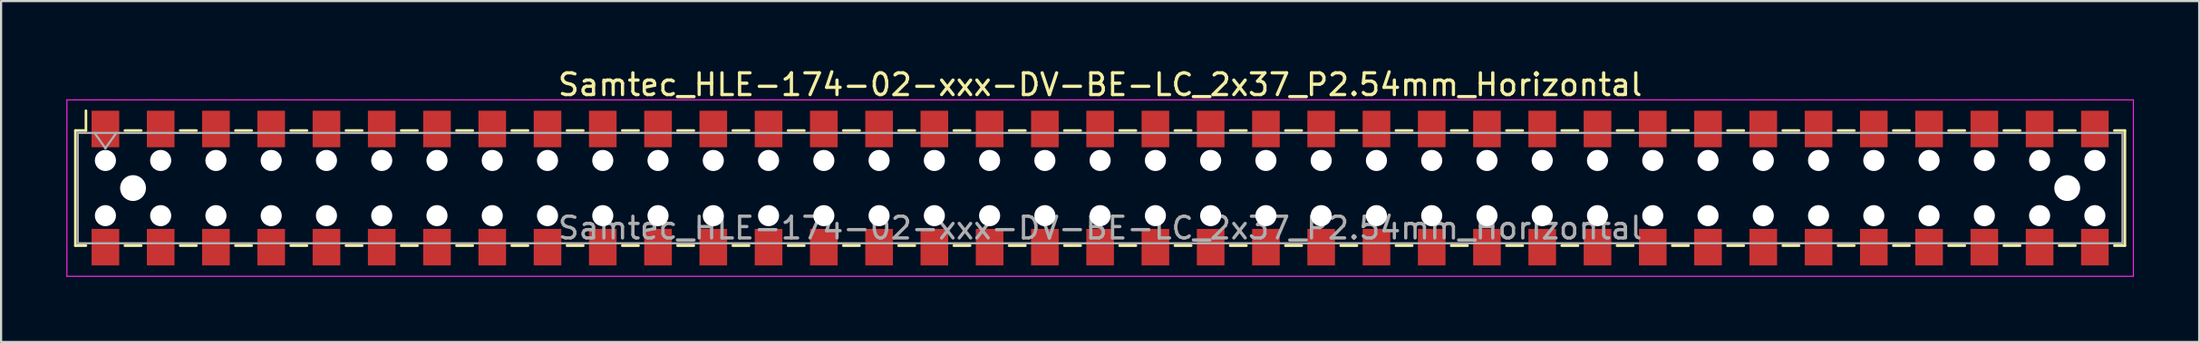
<source format=kicad_pcb>
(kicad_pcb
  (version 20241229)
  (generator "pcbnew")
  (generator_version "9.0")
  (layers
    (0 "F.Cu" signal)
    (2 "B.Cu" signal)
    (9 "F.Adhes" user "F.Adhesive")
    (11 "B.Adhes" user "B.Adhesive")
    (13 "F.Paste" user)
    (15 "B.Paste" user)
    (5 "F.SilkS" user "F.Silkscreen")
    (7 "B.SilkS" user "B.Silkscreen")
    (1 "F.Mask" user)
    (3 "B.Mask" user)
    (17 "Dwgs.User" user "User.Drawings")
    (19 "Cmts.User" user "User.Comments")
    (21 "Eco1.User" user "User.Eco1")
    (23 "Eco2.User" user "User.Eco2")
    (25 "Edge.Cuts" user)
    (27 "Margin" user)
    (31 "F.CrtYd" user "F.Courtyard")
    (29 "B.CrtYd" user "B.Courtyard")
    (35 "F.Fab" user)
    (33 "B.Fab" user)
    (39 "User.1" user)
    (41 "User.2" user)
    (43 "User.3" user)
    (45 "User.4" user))
  (footprint "Samtec_HLE-174-02-xxx-DV-BE-LC_2x37_P2.54mm_Horizontal"
    (layer "F.Cu")
    (at 47.515 5.608)
    (property "Reference" "Samtec_HLE-174-02-xxx-DV-BE-LC_2x37_P2.54mm_Horizontal" (at 0 -4.76 0) (layer "F.SilkS") (effects (font (size 1 1) (thickness 0.15))))
    (attr smd)
    (fp_line (start -47.1 -2.65) (end -47.1 2.65) (stroke (width 0.12) (type solid)) (layer "F.SilkS"))
    (fp_line (start -47.1 2.65) (end -46.615 2.65) (stroke (width 0.12) (type solid)) (layer "F.SilkS"))
    (fp_line (start -46.615 -3.56) (end -46.615 -2.65) (stroke (width 0.12) (type solid)) (layer "F.SilkS"))
    (fp_line (start -46.615 -2.65) (end -47.1 -2.65) (stroke (width 0.12) (type solid)) (layer "F.SilkS"))
    (fp_line (start -44.825 -2.65) (end -44.075 -2.65) (stroke (width 0.12) (type solid)) (layer "F.SilkS"))
    (fp_line (start -44.825 2.65) (end -44.075 2.65) (stroke (width 0.12) (type solid)) (layer "F.SilkS"))
    (fp_line (start -42.285 -2.65) (end -41.535 -2.65) (stroke (width 0.12) (type solid)) (layer "F.SilkS"))
    (fp_line (start -42.285 2.65) (end -41.535 2.65) (stroke (width 0.12) (type solid)) (layer "F.SilkS"))
    (fp_line (start -39.745 -2.65) (end -38.995 -2.65) (stroke (width 0.12) (type solid)) (layer "F.SilkS"))
    (fp_line (start -39.745 2.65) (end -38.995 2.65) (stroke (width 0.12) (type solid)) (layer "F.SilkS"))
    (fp_line (start -37.205 -2.65) (end -36.455 -2.65) (stroke (width 0.12) (type solid)) (layer "F.SilkS"))
    (fp_line (start -37.205 2.65) (end -36.455 2.65) (stroke (width 0.12) (type solid)) (layer "F.SilkS"))
    (fp_line (start -34.665 -2.65) (end -33.915 -2.65) (stroke (width 0.12) (type solid)) (layer "F.SilkS"))
    (fp_line (start -34.665 2.65) (end -33.915 2.65) (stroke (width 0.12) (type solid)) (layer "F.SilkS"))
    (fp_line (start -32.125 -2.65) (end -31.375 -2.65) (stroke (width 0.12) (type solid)) (layer "F.SilkS"))
    (fp_line (start -32.125 2.65) (end -31.375 2.65) (stroke (width 0.12) (type solid)) (layer "F.SilkS"))
    (fp_line (start -29.585 -2.65) (end -28.835 -2.65) (stroke (width 0.12) (type solid)) (layer "F.SilkS"))
    (fp_line (start -29.585 2.65) (end -28.835 2.65) (stroke (width 0.12) (type solid)) (layer "F.SilkS"))
    (fp_line (start -27.045 -2.65) (end -26.295 -2.65) (stroke (width 0.12) (type solid)) (layer "F.SilkS"))
    (fp_line (start -27.045 2.65) (end -26.295 2.65) (stroke (width 0.12) (type solid)) (layer "F.SilkS"))
    (fp_line (start -24.505 -2.65) (end -23.755 -2.65) (stroke (width 0.12) (type solid)) (layer "F.SilkS"))
    (fp_line (start -24.505 2.65) (end -23.755 2.65) (stroke (width 0.12) (type solid)) (layer "F.SilkS"))
    (fp_line (start -21.965 -2.65) (end -21.215 -2.65) (stroke (width 0.12) (type solid)) (layer "F.SilkS"))
    (fp_line (start -21.965 2.65) (end -21.215 2.65) (stroke (width 0.12) (type solid)) (layer "F.SilkS"))
    (fp_line (start -19.425 -2.65) (end -18.675 -2.65) (stroke (width 0.12) (type solid)) (layer "F.SilkS"))
    (fp_line (start -19.425 2.65) (end -18.675 2.65) (stroke (width 0.12) (type solid)) (layer "F.SilkS"))
    (fp_line (start -16.885 -2.65) (end -16.135 -2.65) (stroke (width 0.12) (type solid)) (layer "F.SilkS"))
    (fp_line (start -16.885 2.65) (end -16.135 2.65) (stroke (width 0.12) (type solid)) (layer "F.SilkS"))
    (fp_line (start -14.345 -2.65) (end -13.595 -2.65) (stroke (width 0.12) (type solid)) (layer "F.SilkS"))
    (fp_line (start -14.345 2.65) (end -13.595 2.65) (stroke (width 0.12) (type solid)) (layer "F.SilkS"))
    (fp_line (start -11.805 -2.65) (end -11.055 -2.65) (stroke (width 0.12) (type solid)) (layer "F.SilkS"))
    (fp_line (start -11.805 2.65) (end -11.055 2.65) (stroke (width 0.12) (type solid)) (layer "F.SilkS"))
    (fp_line (start -9.265 -2.65) (end -8.515 -2.65) (stroke (width 0.12) (type solid)) (layer "F.SilkS"))
    (fp_line (start -9.265 2.65) (end -8.515 2.65) (stroke (width 0.12) (type solid)) (layer "F.SilkS"))
    (fp_line (start -6.725 -2.65) (end -5.975 -2.65) (stroke (width 0.12) (type solid)) (layer "F.SilkS"))
    (fp_line (start -6.725 2.65) (end -5.975 2.65) (stroke (width 0.12) (type solid)) (layer "F.SilkS"))
    (fp_line (start -4.185 -2.65) (end -3.435 -2.65) (stroke (width 0.12) (type solid)) (layer "F.SilkS"))
    (fp_line (start -4.185 2.65) (end -3.435 2.65) (stroke (width 0.12) (type solid)) (layer "F.SilkS"))
    (fp_line (start -1.645 -2.65) (end -0.895 -2.65) (stroke (width 0.12) (type solid)) (layer "F.SilkS"))
    (fp_line (start -1.645 2.65) (end -0.895 2.65) (stroke (width 0.12) (type solid)) (layer "F.SilkS"))
    (fp_line (start 0.895 -2.65) (end 1.645 -2.65) (stroke (width 0.12) (type solid)) (layer "F.SilkS"))
    (fp_line (start 0.895 2.65) (end 1.645 2.65) (stroke (width 0.12) (type solid)) (layer "F.SilkS"))
    (fp_line (start 3.435 -2.65) (end 4.185 -2.65) (stroke (width 0.12) (type solid)) (layer "F.SilkS"))
    (fp_line (start 3.435 2.65) (end 4.185 2.65) (stroke (width 0.12) (type solid)) (layer "F.SilkS"))
    (fp_line (start 5.975 -2.65) (end 6.725 -2.65) (stroke (width 0.12) (type solid)) (layer "F.SilkS"))
    (fp_line (start 5.975 2.65) (end 6.725 2.65) (stroke (width 0.12) (type solid)) (layer "F.SilkS"))
    (fp_line (start 8.515 -2.65) (end 9.265 -2.65) (stroke (width 0.12) (type solid)) (layer "F.SilkS"))
    (fp_line (start 8.515 2.65) (end 9.265 2.65) (stroke (width 0.12) (type solid)) (layer "F.SilkS"))
    (fp_line (start 11.055 -2.65) (end 11.805 -2.65) (stroke (width 0.12) (type solid)) (layer "F.SilkS"))
    (fp_line (start 11.055 2.65) (end 11.805 2.65) (stroke (width 0.12) (type solid)) (layer "F.SilkS"))
    (fp_line (start 13.595 -2.65) (end 14.345 -2.65) (stroke (width 0.12) (type solid)) (layer "F.SilkS"))
    (fp_line (start 13.595 2.65) (end 14.345 2.65) (stroke (width 0.12) (type solid)) (layer "F.SilkS"))
    (fp_line (start 16.135 -2.65) (end 16.885 -2.65) (stroke (width 0.12) (type solid)) (layer "F.SilkS"))
    (fp_line (start 16.135 2.65) (end 16.885 2.65) (stroke (width 0.12) (type solid)) (layer "F.SilkS"))
    (fp_line (start 18.675 -2.65) (end 19.425 -2.65) (stroke (width 0.12) (type solid)) (layer "F.SilkS"))
    (fp_line (start 18.675 2.65) (end 19.425 2.65) (stroke (width 0.12) (type solid)) (layer "F.SilkS"))
    (fp_line (start 21.215 -2.65) (end 21.965 -2.65) (stroke (width 0.12) (type solid)) (layer "F.SilkS"))
    (fp_line (start 21.215 2.65) (end 21.965 2.65) (stroke (width 0.12) (type solid)) (layer "F.SilkS"))
    (fp_line (start 23.755 -2.65) (end 24.505 -2.65) (stroke (width 0.12) (type solid)) (layer "F.SilkS"))
    (fp_line (start 23.755 2.65) (end 24.505 2.65) (stroke (width 0.12) (type solid)) (layer "F.SilkS"))
    (fp_line (start 26.295 -2.65) (end 27.045 -2.65) (stroke (width 0.12) (type solid)) (layer "F.SilkS"))
    (fp_line (start 26.295 2.65) (end 27.045 2.65) (stroke (width 0.12) (type solid)) (layer "F.SilkS"))
    (fp_line (start 28.835 -2.65) (end 29.585 -2.65) (stroke (width 0.12) (type solid)) (layer "F.SilkS"))
    (fp_line (start 28.835 2.65) (end 29.585 2.65) (stroke (width 0.12) (type solid)) (layer "F.SilkS"))
    (fp_line (start 31.375 -2.65) (end 32.125 -2.65) (stroke (width 0.12) (type solid)) (layer "F.SilkS"))
    (fp_line (start 31.375 2.65) (end 32.125 2.65) (stroke (width 0.12) (type solid)) (layer "F.SilkS"))
    (fp_line (start 33.915 -2.65) (end 34.665 -2.65) (stroke (width 0.12) (type solid)) (layer "F.SilkS"))
    (fp_line (start 33.915 2.65) (end 34.665 2.65) (stroke (width 0.12) (type solid)) (layer "F.SilkS"))
    (fp_line (start 36.455 -2.65) (end 37.205 -2.65) (stroke (width 0.12) (type solid)) (layer "F.SilkS"))
    (fp_line (start 36.455 2.65) (end 37.205 2.65) (stroke (width 0.12) (type solid)) (layer "F.SilkS"))
    (fp_line (start 38.995 -2.65) (end 39.745 -2.65) (stroke (width 0.12) (type solid)) (layer "F.SilkS"))
    (fp_line (start 38.995 2.65) (end 39.745 2.65) (stroke (width 0.12) (type solid)) (layer "F.SilkS"))
    (fp_line (start 41.535 -2.65) (end 42.285 -2.65) (stroke (width 0.12) (type solid)) (layer "F.SilkS"))
    (fp_line (start 41.535 2.65) (end 42.285 2.65) (stroke (width 0.12) (type solid)) (layer "F.SilkS"))
    (fp_line (start 44.075 -2.65) (end 44.825 -2.65) (stroke (width 0.12) (type solid)) (layer "F.SilkS"))
    (fp_line (start 44.075 2.65) (end 44.825 2.65) (stroke (width 0.12) (type solid)) (layer "F.SilkS"))
    (fp_line (start 46.615 -2.65) (end 47.1 -2.65) (stroke (width 0.12) (type solid)) (layer "F.SilkS"))
    (fp_line (start 47.1 -2.65) (end 47.1 2.65) (stroke (width 0.12) (type solid)) (layer "F.SilkS"))
    (fp_line (start 47.1 2.65) (end 46.615 2.65) (stroke (width 0.12) (type solid)) (layer "F.SilkS"))
    (fp_line (start -47.49 -4.06) (end 47.49 -4.06) (stroke (width 0.05) (type solid)) (layer "F.CrtYd"))
    (fp_line (start -47.49 4.06) (end -47.49 -4.06) (stroke (width 0.05) (type solid)) (layer "F.CrtYd"))
    (fp_line (start 47.49 -4.06) (end 47.49 4.06) (stroke (width 0.05) (type solid)) (layer "F.CrtYd"))
    (fp_line (start 47.49 4.06) (end -47.49 4.06) (stroke (width 0.05) (type solid)) (layer "F.CrtYd"))
    (fp_line (start -46.99 -2.54) (end 46.99 -2.54) (stroke (width 0.1) (type solid)) (layer "F.Fab"))
    (fp_line (start -46.99 2.54) (end -46.99 -2.54) (stroke (width 0.1) (type solid)) (layer "F.Fab"))
    (fp_line (start -46.22 -2.54) (end -45.72 -1.833) (stroke (width 0.1) (type solid)) (layer "F.Fab"))
    (fp_line (start -45.72 -1.833) (end -45.22 -2.54) (stroke (width 0.1) (type solid)) (layer "F.Fab"))
    (fp_line (start 46.99 -2.54) (end 46.99 2.54) (stroke (width 0.1) (type solid)) (layer "F.Fab"))
    (fp_line (start 46.99 2.54) (end -46.99 2.54) (stroke (width 0.1) (type solid)) (layer "F.Fab"))
    (fp_text user "${REFERENCE}" (at 0 1.84 0) (layer "F.Fab") (effects (font (size 1 1) (thickness 0.15))))
    (pad "" np_thru_hole circle (at -45.72 -1.27) (size 0.97 0.97) (drill 0.97) (layers "*.Cu" "*.Mask"))
    (pad "" np_thru_hole circle (at -45.72 1.27) (size 0.97 0.97) (drill 0.97) (layers "*.Cu" "*.Mask"))
    (pad "" np_thru_hole circle (at -44.45 0) (size 1.19 1.19) (drill 1.19) (layers "*.Cu" "*.Mask"))
    (pad "" np_thru_hole circle (at -43.18 -1.27) (size 0.97 0.97) (drill 0.97) (layers "*.Cu" "*.Mask"))
    (pad "" np_thru_hole circle (at -43.18 1.27) (size 0.97 0.97) (drill 0.97) (layers "*.Cu" "*.Mask"))
    (pad "" np_thru_hole circle (at -40.64 -1.27) (size 0.97 0.97) (drill 0.97) (layers "*.Cu" "*.Mask"))
    (pad "" np_thru_hole circle (at -40.64 1.27) (size 0.97 0.97) (drill 0.97) (layers "*.Cu" "*.Mask"))
    (pad "" np_thru_hole circle (at -38.1 -1.27) (size 0.97 0.97) (drill 0.97) (layers "*.Cu" "*.Mask"))
    (pad "" np_thru_hole circle (at -38.1 1.27) (size 0.97 0.97) (drill 0.97) (layers "*.Cu" "*.Mask"))
    (pad "" np_thru_hole circle (at -35.56 -1.27) (size 0.97 0.97) (drill 0.97) (layers "*.Cu" "*.Mask"))
    (pad "" np_thru_hole circle (at -35.56 1.27) (size 0.97 0.97) (drill 0.97) (layers "*.Cu" "*.Mask"))
    (pad "" np_thru_hole circle (at -33.02 -1.27) (size 0.97 0.97) (drill 0.97) (layers "*.Cu" "*.Mask"))
    (pad "" np_thru_hole circle (at -33.02 1.27) (size 0.97 0.97) (drill 0.97) (layers "*.Cu" "*.Mask"))
    (pad "" np_thru_hole circle (at -30.48 -1.27) (size 0.97 0.97) (drill 0.97) (layers "*.Cu" "*.Mask"))
    (pad "" np_thru_hole circle (at -30.48 1.27) (size 0.97 0.97) (drill 0.97) (layers "*.Cu" "*.Mask"))
    (pad "" np_thru_hole circle (at -27.94 -1.27) (size 0.97 0.97) (drill 0.97) (layers "*.Cu" "*.Mask"))
    (pad "" np_thru_hole circle (at -27.94 1.27) (size 0.97 0.97) (drill 0.97) (layers "*.Cu" "*.Mask"))
    (pad "" np_thru_hole circle (at -25.4 -1.27) (size 0.97 0.97) (drill 0.97) (layers "*.Cu" "*.Mask"))
    (pad "" np_thru_hole circle (at -25.4 1.27) (size 0.97 0.97) (drill 0.97) (layers "*.Cu" "*.Mask"))
    (pad "" np_thru_hole circle (at -22.86 -1.27) (size 0.97 0.97) (drill 0.97) (layers "*.Cu" "*.Mask"))
    (pad "" np_thru_hole circle (at -22.86 1.27) (size 0.97 0.97) (drill 0.97) (layers "*.Cu" "*.Mask"))
    (pad "" np_thru_hole circle (at -20.32 -1.27) (size 0.97 0.97) (drill 0.97) (layers "*.Cu" "*.Mask"))
    (pad "" np_thru_hole circle (at -20.32 1.27) (size 0.97 0.97) (drill 0.97) (layers "*.Cu" "*.Mask"))
    (pad "" np_thru_hole circle (at -17.78 -1.27) (size 0.97 0.97) (drill 0.97) (layers "*.Cu" "*.Mask"))
    (pad "" np_thru_hole circle (at -17.78 1.27) (size 0.97 0.97) (drill 0.97) (layers "*.Cu" "*.Mask"))
    (pad "" np_thru_hole circle (at -15.24 -1.27) (size 0.97 0.97) (drill 0.97) (layers "*.Cu" "*.Mask"))
    (pad "" np_thru_hole circle (at -15.24 1.27) (size 0.97 0.97) (drill 0.97) (layers "*.Cu" "*.Mask"))
    (pad "" np_thru_hole circle (at -12.7 -1.27) (size 0.97 0.97) (drill 0.97) (layers "*.Cu" "*.Mask"))
    (pad "" np_thru_hole circle (at -12.7 1.27) (size 0.97 0.97) (drill 0.97) (layers "*.Cu" "*.Mask"))
    (pad "" np_thru_hole circle (at -10.16 -1.27) (size 0.97 0.97) (drill 0.97) (layers "*.Cu" "*.Mask"))
    (pad "" np_thru_hole circle (at -10.16 1.27) (size 0.97 0.97) (drill 0.97) (layers "*.Cu" "*.Mask"))
    (pad "" np_thru_hole circle (at -7.62 -1.27) (size 0.97 0.97) (drill 0.97) (layers "*.Cu" "*.Mask"))
    (pad "" np_thru_hole circle (at -7.62 1.27) (size 0.97 0.97) (drill 0.97) (layers "*.Cu" "*.Mask"))
    (pad "" np_thru_hole circle (at -5.08 -1.27) (size 0.97 0.97) (drill 0.97) (layers "*.Cu" "*.Mask"))
    (pad "" np_thru_hole circle (at -5.08 1.27) (size 0.97 0.97) (drill 0.97) (layers "*.Cu" "*.Mask"))
    (pad "" np_thru_hole circle (at -2.54 -1.27) (size 0.97 0.97) (drill 0.97) (layers "*.Cu" "*.Mask"))
    (pad "" np_thru_hole circle (at -2.54 1.27) (size 0.97 0.97) (drill 0.97) (layers "*.Cu" "*.Mask"))
    (pad "" np_thru_hole circle (at 0 -1.27) (size 0.97 0.97) (drill 0.97) (layers "*.Cu" "*.Mask"))
    (pad "" np_thru_hole circle (at 0 1.27) (size 0.97 0.97) (drill 0.97) (layers "*.Cu" "*.Mask"))
    (pad "" np_thru_hole circle (at 2.54 -1.27) (size 0.97 0.97) (drill 0.97) (layers "*.Cu" "*.Mask"))
    (pad "" np_thru_hole circle (at 2.54 1.27) (size 0.97 0.97) (drill 0.97) (layers "*.Cu" "*.Mask"))
    (pad "" np_thru_hole circle (at 5.08 -1.27) (size 0.97 0.97) (drill 0.97) (layers "*.Cu" "*.Mask"))
    (pad "" np_thru_hole circle (at 5.08 1.27) (size 0.97 0.97) (drill 0.97) (layers "*.Cu" "*.Mask"))
    (pad "" np_thru_hole circle (at 7.62 -1.27) (size 0.97 0.97) (drill 0.97) (layers "*.Cu" "*.Mask"))
    (pad "" np_thru_hole circle (at 7.62 1.27) (size 0.97 0.97) (drill 0.97) (layers "*.Cu" "*.Mask"))
    (pad "" np_thru_hole circle (at 10.16 -1.27) (size 0.97 0.97) (drill 0.97) (layers "*.Cu" "*.Mask"))
    (pad "" np_thru_hole circle (at 10.16 1.27) (size 0.97 0.97) (drill 0.97) (layers "*.Cu" "*.Mask"))
    (pad "" np_thru_hole circle (at 12.7 -1.27) (size 0.97 0.97) (drill 0.97) (layers "*.Cu" "*.Mask"))
    (pad "" np_thru_hole circle (at 12.7 1.27) (size 0.97 0.97) (drill 0.97) (layers "*.Cu" "*.Mask"))
    (pad "" np_thru_hole circle (at 15.24 -1.27) (size 0.97 0.97) (drill 0.97) (layers "*.Cu" "*.Mask"))
    (pad "" np_thru_hole circle (at 15.24 1.27) (size 0.97 0.97) (drill 0.97) (layers "*.Cu" "*.Mask"))
    (pad "" np_thru_hole circle (at 17.78 -1.27) (size 0.97 0.97) (drill 0.97) (layers "*.Cu" "*.Mask"))
    (pad "" np_thru_hole circle (at 17.78 1.27) (size 0.97 0.97) (drill 0.97) (layers "*.Cu" "*.Mask"))
    (pad "" np_thru_hole circle (at 20.32 -1.27) (size 0.97 0.97) (drill 0.97) (layers "*.Cu" "*.Mask"))
    (pad "" np_thru_hole circle (at 20.32 1.27) (size 0.97 0.97) (drill 0.97) (layers "*.Cu" "*.Mask"))
    (pad "" np_thru_hole circle (at 22.86 -1.27) (size 0.97 0.97) (drill 0.97) (layers "*.Cu" "*.Mask"))
    (pad "" np_thru_hole circle (at 22.86 1.27) (size 0.97 0.97) (drill 0.97) (layers "*.Cu" "*.Mask"))
    (pad "" np_thru_hole circle (at 25.4 -1.27) (size 0.97 0.97) (drill 0.97) (layers "*.Cu" "*.Mask"))
    (pad "" np_thru_hole circle (at 25.4 1.27) (size 0.97 0.97) (drill 0.97) (layers "*.Cu" "*.Mask"))
    (pad "" np_thru_hole circle (at 27.94 -1.27) (size 0.97 0.97) (drill 0.97) (layers "*.Cu" "*.Mask"))
    (pad "" np_thru_hole circle (at 27.94 1.27) (size 0.97 0.97) (drill 0.97) (layers "*.Cu" "*.Mask"))
    (pad "" np_thru_hole circle (at 30.48 -1.27) (size 0.97 0.97) (drill 0.97) (layers "*.Cu" "*.Mask"))
    (pad "" np_thru_hole circle (at 30.48 1.27) (size 0.97 0.97) (drill 0.97) (layers "*.Cu" "*.Mask"))
    (pad "" np_thru_hole circle (at 33.02 -1.27) (size 0.97 0.97) (drill 0.97) (layers "*.Cu" "*.Mask"))
    (pad "" np_thru_hole circle (at 33.02 1.27) (size 0.97 0.97) (drill 0.97) (layers "*.Cu" "*.Mask"))
    (pad "" np_thru_hole circle (at 35.56 -1.27) (size 0.97 0.97) (drill 0.97) (layers "*.Cu" "*.Mask"))
    (pad "" np_thru_hole circle (at 35.56 1.27) (size 0.97 0.97) (drill 0.97) (layers "*.Cu" "*.Mask"))
    (pad "" np_thru_hole circle (at 38.1 -1.27) (size 0.97 0.97) (drill 0.97) (layers "*.Cu" "*.Mask"))
    (pad "" np_thru_hole circle (at 38.1 1.27) (size 0.97 0.97) (drill 0.97) (layers "*.Cu" "*.Mask"))
    (pad "" np_thru_hole circle (at 40.64 -1.27) (size 0.97 0.97) (drill 0.97) (layers "*.Cu" "*.Mask"))
    (pad "" np_thru_hole circle (at 40.64 1.27) (size 0.97 0.97) (drill 0.97) (layers "*.Cu" "*.Mask"))
    (pad "" np_thru_hole circle (at 43.18 -1.27) (size 0.97 0.97) (drill 0.97) (layers "*.Cu" "*.Mask"))
    (pad "" np_thru_hole circle (at 43.18 1.27) (size 0.97 0.97) (drill 0.97) (layers "*.Cu" "*.Mask"))
    (pad "" np_thru_hole circle (at 44.45 0) (size 1.19 1.19) (drill 1.19) (layers "*.Cu" "*.Mask"))
    (pad "" np_thru_hole circle (at 45.72 -1.27) (size 0.97 0.97) (drill 0.97) (layers "*.Cu" "*.Mask"))
    (pad "" np_thru_hole circle (at 45.72 1.27) (size 0.97 0.97) (drill 0.97) (layers "*.Cu" "*.Mask"))
    (pad "1" smd rect (at -45.72 -2.72) (size 1.27 1.68) (layers "F.Cu" "F.Mask" "F.Paste"))
    (pad "2" smd rect (at -45.72 2.72) (size 1.27 1.68) (layers "F.Cu" "F.Mask" "F.Paste"))
    (pad "3" smd rect (at -43.18 -2.72) (size 1.27 1.68) (layers "F.Cu" "F.Mask" "F.Paste"))
    (pad "4" smd rect (at -43.18 2.72) (size 1.27 1.68) (layers "F.Cu" "F.Mask" "F.Paste"))
    (pad "5" smd rect (at -40.64 -2.72) (size 1.27 1.68) (layers "F.Cu" "F.Mask" "F.Paste"))
    (pad "6" smd rect (at -40.64 2.72) (size 1.27 1.68) (layers "F.Cu" "F.Mask" "F.Paste"))
    (pad "7" smd rect (at -38.1 -2.72) (size 1.27 1.68) (layers "F.Cu" "F.Mask" "F.Paste"))
    (pad "8" smd rect (at -38.1 2.72) (size 1.27 1.68) (layers "F.Cu" "F.Mask" "F.Paste"))
    (pad "9" smd rect (at -35.56 -2.72) (size 1.27 1.68) (layers "F.Cu" "F.Mask" "F.Paste"))
    (pad "10" smd rect (at -35.56 2.72) (size 1.27 1.68) (layers "F.Cu" "F.Mask" "F.Paste"))
    (pad "11" smd rect (at -33.02 -2.72) (size 1.27 1.68) (layers "F.Cu" "F.Mask" "F.Paste"))
    (pad "12" smd rect (at -33.02 2.72) (size 1.27 1.68) (layers "F.Cu" "F.Mask" "F.Paste"))
    (pad "13" smd rect (at -30.48 -2.72) (size 1.27 1.68) (layers "F.Cu" "F.Mask" "F.Paste"))
    (pad "14" smd rect (at -30.48 2.72) (size 1.27 1.68) (layers "F.Cu" "F.Mask" "F.Paste"))
    (pad "15" smd rect (at -27.94 -2.72) (size 1.27 1.68) (layers "F.Cu" "F.Mask" "F.Paste"))
    (pad "16" smd rect (at -27.94 2.72) (size 1.27 1.68) (layers "F.Cu" "F.Mask" "F.Paste"))
    (pad "17" smd rect (at -25.4 -2.72) (size 1.27 1.68) (layers "F.Cu" "F.Mask" "F.Paste"))
    (pad "18" smd rect (at -25.4 2.72) (size 1.27 1.68) (layers "F.Cu" "F.Mask" "F.Paste"))
    (pad "19" smd rect (at -22.86 -2.72) (size 1.27 1.68) (layers "F.Cu" "F.Mask" "F.Paste"))
    (pad "20" smd rect (at -22.86 2.72) (size 1.27 1.68) (layers "F.Cu" "F.Mask" "F.Paste"))
    (pad "21" smd rect (at -20.32 -2.72) (size 1.27 1.68) (layers "F.Cu" "F.Mask" "F.Paste"))
    (pad "22" smd rect (at -20.32 2.72) (size 1.27 1.68) (layers "F.Cu" "F.Mask" "F.Paste"))
    (pad "23" smd rect (at -17.78 -2.72) (size 1.27 1.68) (layers "F.Cu" "F.Mask" "F.Paste"))
    (pad "24" smd rect (at -17.78 2.72) (size 1.27 1.68) (layers "F.Cu" "F.Mask" "F.Paste"))
    (pad "25" smd rect (at -15.24 -2.72) (size 1.27 1.68) (layers "F.Cu" "F.Mask" "F.Paste"))
    (pad "26" smd rect (at -15.24 2.72) (size 1.27 1.68) (layers "F.Cu" "F.Mask" "F.Paste"))
    (pad "27" smd rect (at -12.7 -2.72) (size 1.27 1.68) (layers "F.Cu" "F.Mask" "F.Paste"))
    (pad "28" smd rect (at -12.7 2.72) (size 1.27 1.68) (layers "F.Cu" "F.Mask" "F.Paste"))
    (pad "29" smd rect (at -10.16 -2.72) (size 1.27 1.68) (layers "F.Cu" "F.Mask" "F.Paste"))
    (pad "30" smd rect (at -10.16 2.72) (size 1.27 1.68) (layers "F.Cu" "F.Mask" "F.Paste"))
    (pad "31" smd rect (at -7.62 -2.72) (size 1.27 1.68) (layers "F.Cu" "F.Mask" "F.Paste"))
    (pad "32" smd rect (at -7.62 2.72) (size 1.27 1.68) (layers "F.Cu" "F.Mask" "F.Paste"))
    (pad "33" smd rect (at -5.08 -2.72) (size 1.27 1.68) (layers "F.Cu" "F.Mask" "F.Paste"))
    (pad "34" smd rect (at -5.08 2.72) (size 1.27 1.68) (layers "F.Cu" "F.Mask" "F.Paste"))
    (pad "35" smd rect (at -2.54 -2.72) (size 1.27 1.68) (layers "F.Cu" "F.Mask" "F.Paste"))
    (pad "36" smd rect (at -2.54 2.72) (size 1.27 1.68) (layers "F.Cu" "F.Mask" "F.Paste"))
    (pad "37" smd rect (at 0 -2.72) (size 1.27 1.68) (layers "F.Cu" "F.Mask" "F.Paste"))
    (pad "38" smd rect (at 0 2.72) (size 1.27 1.68) (layers "F.Cu" "F.Mask" "F.Paste"))
    (pad "39" smd rect (at 2.54 -2.72) (size 1.27 1.68) (layers "F.Cu" "F.Mask" "F.Paste"))
    (pad "40" smd rect (at 2.54 2.72) (size 1.27 1.68) (layers "F.Cu" "F.Mask" "F.Paste"))
    (pad "41" smd rect (at 5.08 -2.72) (size 1.27 1.68) (layers "F.Cu" "F.Mask" "F.Paste"))
    (pad "42" smd rect (at 5.08 2.72) (size 1.27 1.68) (layers "F.Cu" "F.Mask" "F.Paste"))
    (pad "43" smd rect (at 7.62 -2.72) (size 1.27 1.68) (layers "F.Cu" "F.Mask" "F.Paste"))
    (pad "44" smd rect (at 7.62 2.72) (size 1.27 1.68) (layers "F.Cu" "F.Mask" "F.Paste"))
    (pad "45" smd rect (at 10.16 -2.72) (size 1.27 1.68) (layers "F.Cu" "F.Mask" "F.Paste"))
    (pad "46" smd rect (at 10.16 2.72) (size 1.27 1.68) (layers "F.Cu" "F.Mask" "F.Paste"))
    (pad "47" smd rect (at 12.7 -2.72) (size 1.27 1.68) (layers "F.Cu" "F.Mask" "F.Paste"))
    (pad "48" smd rect (at 12.7 2.72) (size 1.27 1.68) (layers "F.Cu" "F.Mask" "F.Paste"))
    (pad "49" smd rect (at 15.24 -2.72) (size 1.27 1.68) (layers "F.Cu" "F.Mask" "F.Paste"))
    (pad "50" smd rect (at 15.24 2.72) (size 1.27 1.68) (layers "F.Cu" "F.Mask" "F.Paste"))
    (pad "51" smd rect (at 17.78 -2.72) (size 1.27 1.68) (layers "F.Cu" "F.Mask" "F.Paste"))
    (pad "52" smd rect (at 17.78 2.72) (size 1.27 1.68) (layers "F.Cu" "F.Mask" "F.Paste"))
    (pad "53" smd rect (at 20.32 -2.72) (size 1.27 1.68) (layers "F.Cu" "F.Mask" "F.Paste"))
    (pad "54" smd rect (at 20.32 2.72) (size 1.27 1.68) (layers "F.Cu" "F.Mask" "F.Paste"))
    (pad "55" smd rect (at 22.86 -2.72) (size 1.27 1.68) (layers "F.Cu" "F.Mask" "F.Paste"))
    (pad "56" smd rect (at 22.86 2.72) (size 1.27 1.68) (layers "F.Cu" "F.Mask" "F.Paste"))
    (pad "57" smd rect (at 25.4 -2.72) (size 1.27 1.68) (layers "F.Cu" "F.Mask" "F.Paste"))
    (pad "58" smd rect (at 25.4 2.72) (size 1.27 1.68) (layers "F.Cu" "F.Mask" "F.Paste"))
    (pad "59" smd rect (at 27.94 -2.72) (size 1.27 1.68) (layers "F.Cu" "F.Mask" "F.Paste"))
    (pad "60" smd rect (at 27.94 2.72) (size 1.27 1.68) (layers "F.Cu" "F.Mask" "F.Paste"))
    (pad "61" smd rect (at 30.48 -2.72) (size 1.27 1.68) (layers "F.Cu" "F.Mask" "F.Paste"))
    (pad "62" smd rect (at 30.48 2.72) (size 1.27 1.68) (layers "F.Cu" "F.Mask" "F.Paste"))
    (pad "63" smd rect (at 33.02 -2.72) (size 1.27 1.68) (layers "F.Cu" "F.Mask" "F.Paste"))
    (pad "64" smd rect (at 33.02 2.72) (size 1.27 1.68) (layers "F.Cu" "F.Mask" "F.Paste"))
    (pad "65" smd rect (at 35.56 -2.72) (size 1.27 1.68) (layers "F.Cu" "F.Mask" "F.Paste"))
    (pad "66" smd rect (at 35.56 2.72) (size 1.27 1.68) (layers "F.Cu" "F.Mask" "F.Paste"))
    (pad "67" smd rect (at 38.1 -2.72) (size 1.27 1.68) (layers "F.Cu" "F.Mask" "F.Paste"))
    (pad "68" smd rect (at 38.1 2.72) (size 1.27 1.68) (layers "F.Cu" "F.Mask" "F.Paste"))
    (pad "69" smd rect (at 40.64 -2.72) (size 1.27 1.68) (layers "F.Cu" "F.Mask" "F.Paste"))
    (pad "70" smd rect (at 40.64 2.72) (size 1.27 1.68) (layers "F.Cu" "F.Mask" "F.Paste"))
    (pad "71" smd rect (at 43.18 -2.72) (size 1.27 1.68) (layers "F.Cu" "F.Mask" "F.Paste"))
    (pad "72" smd rect (at 43.18 2.72) (size 1.27 1.68) (layers "F.Cu" "F.Mask" "F.Paste"))
    (pad "73" smd rect (at 45.72 -2.72) (size 1.27 1.68) (layers "F.Cu" "F.Mask" "F.Paste"))
    (pad "74" smd rect (at 45.72 2.72) (size 1.27 1.68) (layers "F.Cu" "F.Mask" "F.Paste")))
  (gr_rect
    (start -3 -3)
    (end 98.03 12.693)
    (stroke (width 0.1) (type default))
    (fill no)
    (layer "Edge.Cuts")))
</source>
